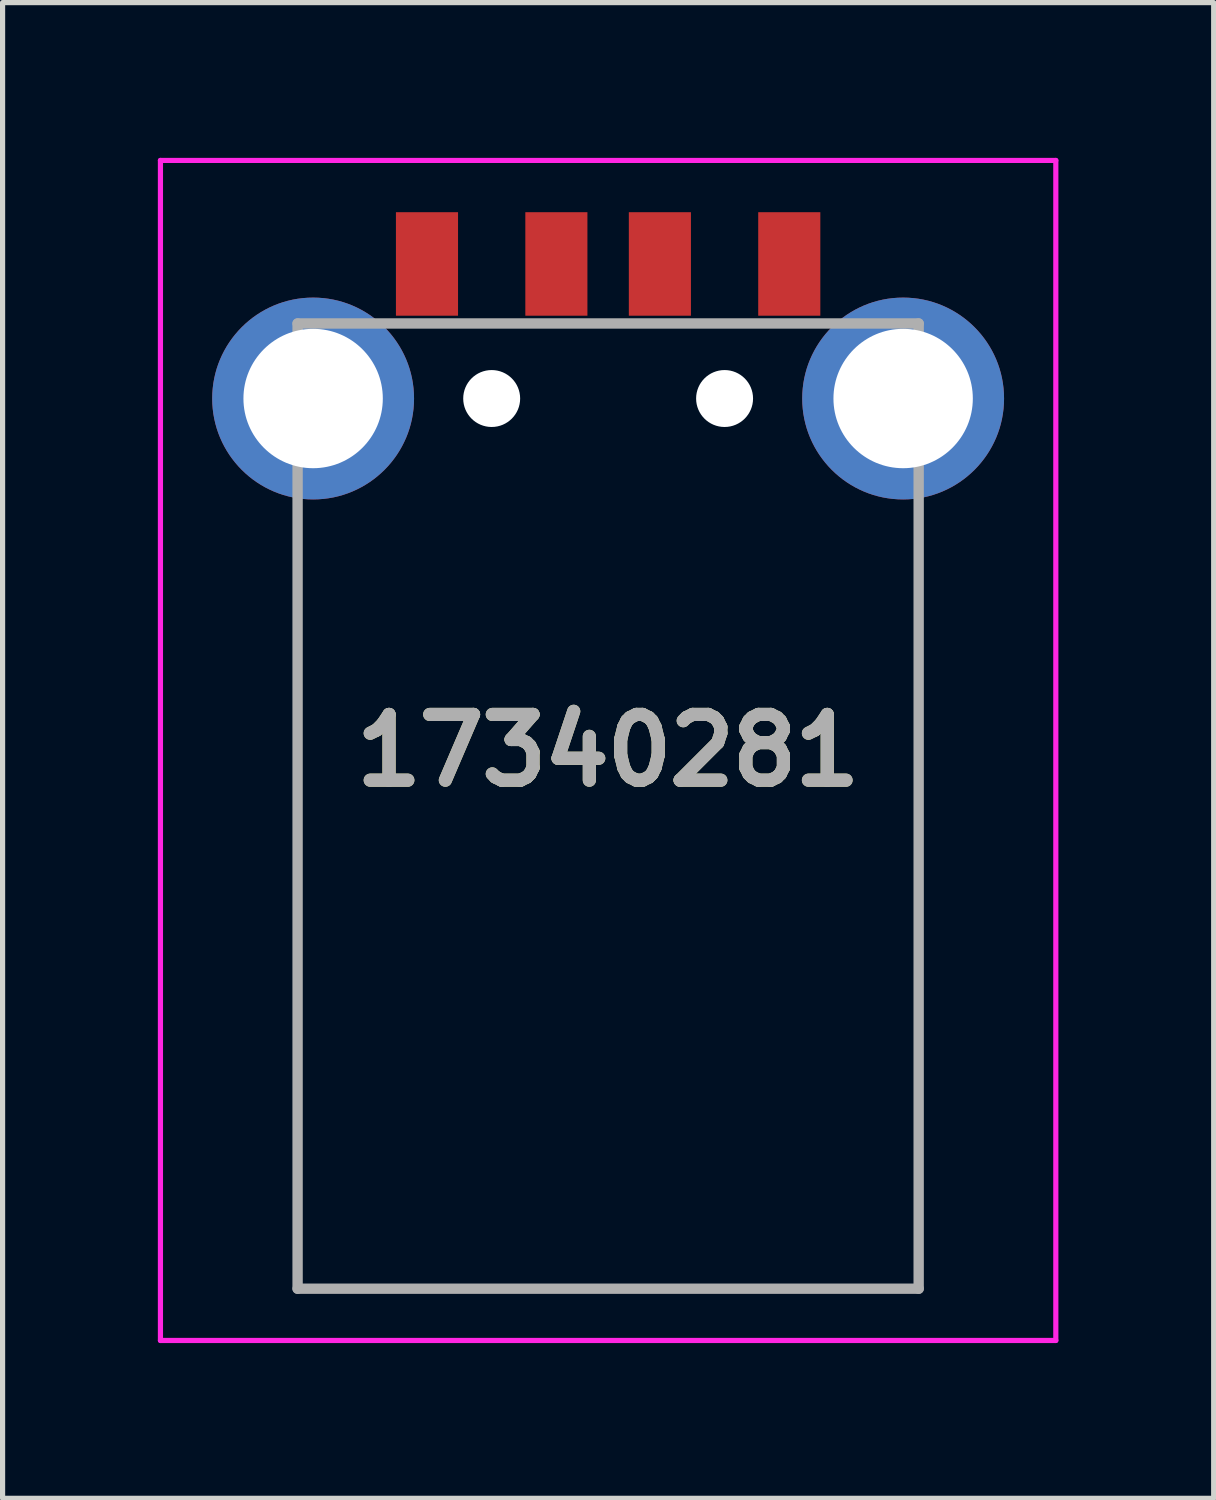
<source format=kicad_pcb>
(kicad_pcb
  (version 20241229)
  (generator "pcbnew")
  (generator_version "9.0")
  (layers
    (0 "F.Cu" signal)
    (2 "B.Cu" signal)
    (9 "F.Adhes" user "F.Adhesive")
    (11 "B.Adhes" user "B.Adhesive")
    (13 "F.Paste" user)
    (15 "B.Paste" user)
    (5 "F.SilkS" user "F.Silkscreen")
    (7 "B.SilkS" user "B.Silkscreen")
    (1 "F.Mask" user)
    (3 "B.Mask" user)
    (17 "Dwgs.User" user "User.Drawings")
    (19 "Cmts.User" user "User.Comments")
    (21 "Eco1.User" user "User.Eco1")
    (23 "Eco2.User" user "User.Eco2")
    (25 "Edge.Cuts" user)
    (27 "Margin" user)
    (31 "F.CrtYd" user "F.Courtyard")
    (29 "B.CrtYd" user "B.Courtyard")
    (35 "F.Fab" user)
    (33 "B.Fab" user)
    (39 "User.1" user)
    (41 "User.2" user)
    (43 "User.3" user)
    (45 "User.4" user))
  (footprint "17340281"
    (layer "F.Cu")
    (at 8.7 11.95)
    (property "Reference" "17340281" (at 0 -0.5 0) (layer "F.SilkS") (effects (font (size 1.27 1.27) (thickness 0.254))))
    (attr through_hole)
    (fp_line (start -6 9.9) (end -6 -4.75) (stroke (width 0.1) (type solid)) (layer "F.SilkS"))
    (fp_line (start 6 -4.75) (end 6 9.75) (stroke (width 0.1) (type solid)) (layer "F.SilkS"))
    (fp_line (start 6 9.75) (end 6 9.9) (stroke (width 0.1) (type solid)) (layer "F.SilkS"))
    (fp_line (start 6 9.9) (end -6 9.9) (stroke (width 0.1) (type solid)) (layer "F.SilkS"))
    (fp_line (start -8.65 -11.9) (end -8.65 10.9) (stroke (width 0.1) (type solid)) (layer "F.CrtYd"))
    (fp_line (start -8.65 10.9) (end 8.65 10.9) (stroke (width 0.1) (type solid)) (layer "F.CrtYd"))
    (fp_line (start 8.65 -11.9) (end -8.65 -11.9) (stroke (width 0.1) (type solid)) (layer "F.CrtYd"))
    (fp_line (start 8.65 10.9) (end 8.65 -11.9) (stroke (width 0.1) (type solid)) (layer "F.CrtYd"))
    (fp_line (start -6 -8.75) (end -6 9.9) (stroke (width 0.2) (type solid)) (layer "F.Fab"))
    (fp_line (start -6 9.9) (end 6 9.9) (stroke (width 0.2) (type solid)) (layer "F.Fab"))
    (fp_line (start 6 -8.75) (end -6 -8.75) (stroke (width 0.2) (type solid)) (layer "F.Fab"))
    (fp_line (start 6 9.9) (end 6 -8.75) (stroke (width 0.2) (type solid)) (layer "F.Fab"))
    (fp_text user "${REFERENCE}" (at 0 -0.5 0) (layer "F.Fab") (effects (font (size 1.27 1.27) (thickness 0.254))))
    (pad "" np_thru_hole circle (at -2.25 -7.3) (size 1.1 1.1) (drill 1.1) (layers "*.Cu" "*.Mask"))
    (pad "" np_thru_hole circle (at 2.25 -7.3) (size 1.1 1.1) (drill 1.1) (layers "*.Cu" "*.Mask"))
    (pad "1" smd rect (at 3.5 -9.9) (size 1.2 2) (layers "F.Cu" "F.Mask" "F.Paste"))
    (pad "2" smd rect (at 1 -9.9) (size 1.2 2) (layers "F.Cu" "F.Mask" "F.Paste"))
    (pad "3" smd rect (at -1 -9.9) (size 1.2 2) (layers "F.Cu" "F.Mask" "F.Paste"))
    (pad "4" smd rect (at -3.5 -9.9) (size 1.2 2) (layers "F.Cu" "F.Mask" "F.Paste"))
    (pad "MH1" thru_hole circle (at -5.7 -7.3) (size 3.9 3.9) (drill 2.693) (layers "*.Cu" "*.Mask"))
    (pad "MH2" thru_hole circle (at 5.7 -7.3) (size 3.9 3.9) (drill 2.693) (layers "*.Cu" "*.Mask")))
  (gr_rect
    (start -3 -3)
    (end 20.4 25.9)
    (stroke (width 0.1) (type default))
    (fill no)
    (layer "Edge.Cuts")))
</source>
